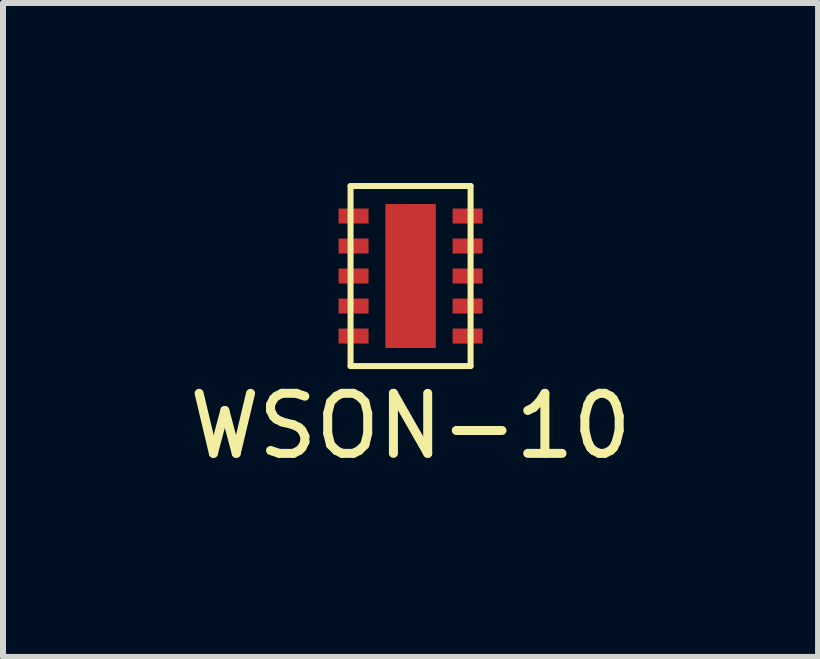
<source format=kicad_pcb>
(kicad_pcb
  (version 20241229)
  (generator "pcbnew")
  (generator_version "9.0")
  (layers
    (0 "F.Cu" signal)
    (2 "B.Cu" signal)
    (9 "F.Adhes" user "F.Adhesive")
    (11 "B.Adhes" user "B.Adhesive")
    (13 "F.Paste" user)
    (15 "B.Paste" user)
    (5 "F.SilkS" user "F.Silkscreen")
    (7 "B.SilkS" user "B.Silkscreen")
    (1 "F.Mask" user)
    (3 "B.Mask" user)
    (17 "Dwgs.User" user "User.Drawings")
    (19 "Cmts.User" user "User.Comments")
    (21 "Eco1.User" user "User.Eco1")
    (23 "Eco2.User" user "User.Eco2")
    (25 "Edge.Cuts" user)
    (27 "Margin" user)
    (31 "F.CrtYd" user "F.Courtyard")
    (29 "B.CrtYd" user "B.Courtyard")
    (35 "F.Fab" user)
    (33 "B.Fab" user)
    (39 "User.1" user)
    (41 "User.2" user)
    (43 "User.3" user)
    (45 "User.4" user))
  (footprint "WSON-10"
    (layer "F.Cu")
    (at 3.792 1.55)
    (property "Reference" "WSON-10" (at 0 2.5 0) (layer "F.SilkS") (effects (font (size 1 1) (thickness 0.15))))
    (attr through_hole)
    (fp_line (start -1 -1.5) (end 1 -1.5) (stroke (width 0.1) (type solid)) (layer "F.SilkS"))
    (fp_line (start -1 1.5) (end -1 -1.5) (stroke (width 0.1) (type solid)) (layer "F.SilkS"))
    (fp_line (start 1 -1.5) (end 1 1.5) (stroke (width 0.1) (type solid)) (layer "F.SilkS"))
    (fp_line (start 1 1.5) (end -1 1.5) (stroke (width 0.1) (type solid)) (layer "F.SilkS"))
    (pad "1" smd rect (at -0.95 -1) (size 0.5 0.25) (layers "F.Cu" "F.Mask" "F.Paste"))
    (pad "1" smd rect (at 0 0) (size 0.84 2.4) (layers "F.Cu" "F.Mask" "F.Paste"))
    (pad "2" smd rect (at -0.95 -0.5) (size 0.5 0.25) (layers "F.Cu" "F.Mask" "F.Paste"))
    (pad "3" smd rect (at -0.95 0) (size 0.5 0.25) (layers "F.Cu" "F.Mask" "F.Paste"))
    (pad "4" smd rect (at -0.95 0.5) (size 0.5 0.25) (layers "F.Cu" "F.Mask" "F.Paste"))
    (pad "5" smd rect (at -0.95 1) (size 0.5 0.25) (layers "F.Cu" "F.Mask" "F.Paste"))
    (pad "6" smd rect (at 0.95 1) (size 0.5 0.25) (layers "F.Cu" "F.Mask" "F.Paste"))
    (pad "7" smd rect (at 0.95 0.5) (size 0.5 0.25) (layers "F.Cu" "F.Mask" "F.Paste"))
    (pad "8" smd rect (at 0.95 0) (size 0.5 0.25) (layers "F.Cu" "F.Mask" "F.Paste"))
    (pad "9" smd rect (at 0.95 -0.5) (size 0.5 0.25) (layers "F.Cu" "F.Mask" "F.Paste"))
    (pad "10" smd rect (at 0.95 -1) (size 0.5 0.25) (layers "F.Cu" "F.Mask" "F.Paste")))
  (gr_rect
    (start -3 -3)
    (end 10.583 7.898)
    (stroke (width 0.1) (type default))
    (fill no)
    (layer "Edge.Cuts")))
</source>
